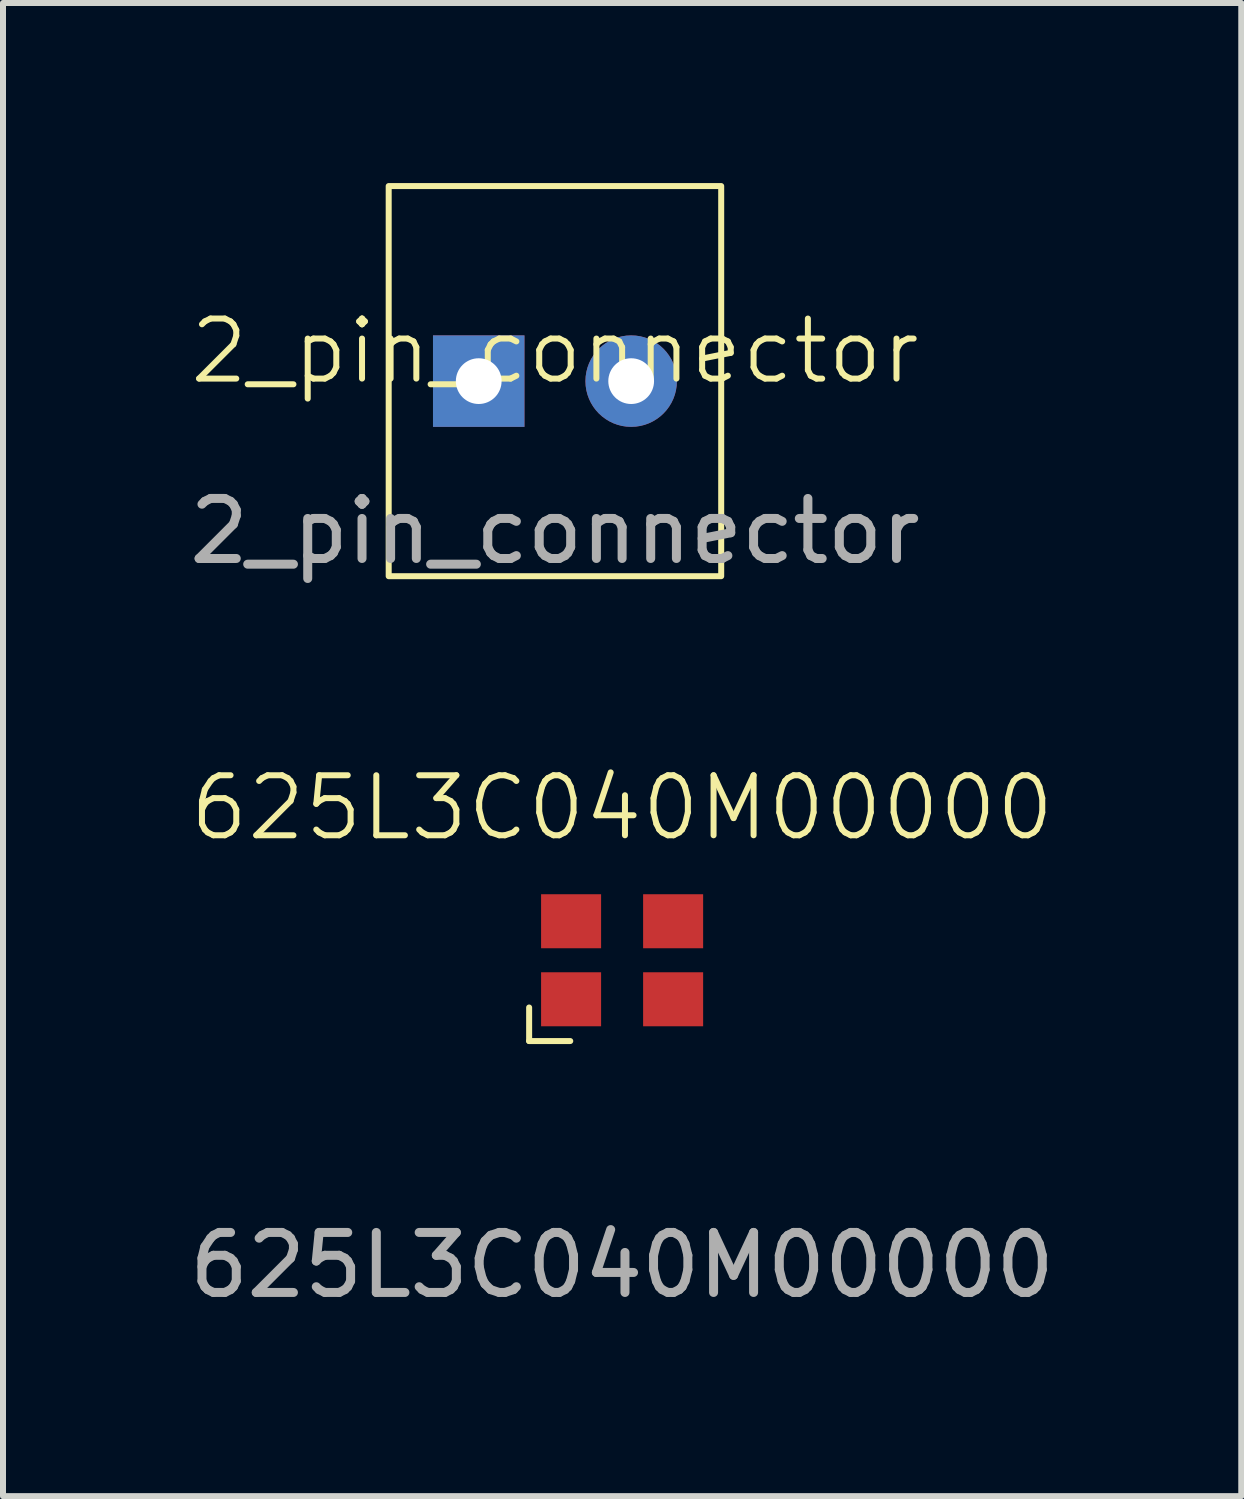
<source format=kicad_pcb>
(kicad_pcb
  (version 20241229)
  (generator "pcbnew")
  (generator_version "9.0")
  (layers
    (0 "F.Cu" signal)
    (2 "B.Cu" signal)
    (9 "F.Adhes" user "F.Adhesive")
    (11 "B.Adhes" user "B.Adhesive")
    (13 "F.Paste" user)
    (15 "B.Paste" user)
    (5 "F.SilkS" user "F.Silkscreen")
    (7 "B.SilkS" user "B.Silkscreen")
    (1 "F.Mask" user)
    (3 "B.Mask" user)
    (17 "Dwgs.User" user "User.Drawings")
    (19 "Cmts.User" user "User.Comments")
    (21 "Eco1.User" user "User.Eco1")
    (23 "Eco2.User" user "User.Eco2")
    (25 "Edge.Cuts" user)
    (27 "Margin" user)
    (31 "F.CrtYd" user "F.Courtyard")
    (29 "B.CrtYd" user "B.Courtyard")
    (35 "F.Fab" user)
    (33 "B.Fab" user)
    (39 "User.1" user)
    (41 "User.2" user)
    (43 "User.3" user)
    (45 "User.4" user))
  (footprint "625L3C040M00000"
    (layer "F.Cu")
    (at 7.315 12.949)
    (property "Reference" "625L3C040M00000" (at 0 -2.54 0) (unlocked yes) (layer "F.SilkS") (effects (font (size 1 1) (thickness 0.1))))
    (attr smd)
    (fp_line (start -1.549 1.346) (end -1.549 0.787) (stroke (width 0.1) (type default)) (layer "F.SilkS"))
    (fp_line (start -0.864 1.346) (end -1.549 1.346) (stroke (width 0.1) (type default)) (layer "F.SilkS"))
    (fp_text user "${REFERENCE}" (at 0 5.08 0) (unlocked yes) (layer "F.Fab") (effects (font (size 1 1) (thickness 0.15))))
    (pad "1" smd rect (at -0.85 0.65) (size 1 0.9) (layers "F.Cu" "F.Mask" "F.Paste"))
    (pad "2" smd rect (at 0.85 0.65) (size 1 0.9) (layers "F.Cu" "F.Mask" "F.Paste"))
    (pad "3" smd rect (at 0.85 -0.65) (size 1 0.9) (layers "F.Cu" "F.Mask" "F.Paste"))
    (pad "4" smd rect (at -0.85 -0.65) (size 1 0.9) (layers "F.Cu" "F.Mask" "F.Paste")))
  (footprint "2_pin_connector"
    (layer "F.Cu")
    (at 6.196 3.3)
    (property "Reference" "2_pin_connector" (at 0 -0.5 0) (unlocked yes) (layer "F.SilkS") (effects (font (size 1 1) (thickness 0.1))))
    (attr through_hole)
    (fp_rect (start -2.77 -3.25) (end 2.77 3.25) (stroke (width 0.1) (type default)) (fill no) (layer "F.SilkS"))
    (fp_text user "${REFERENCE}" (at 0 2.5 0) (unlocked yes) (layer "F.Fab") (effects (font (size 1 1) (thickness 0.15))))
    (pad "1" thru_hole rect (at -1.27 0) (size 1.524 1.524) (drill 0.762) (layers "*.Cu" "*.Mask"))
    (pad "2" thru_hole circle (at 1.27 0) (size 1.524 1.524) (drill 0.762) (layers "*.Cu" "*.Mask")))
  (gr_rect
    (start -3 -3)
    (end 17.631 21.877)
    (stroke (width 0.1) (type default))
    (fill no)
    (layer "Edge.Cuts")))
</source>
